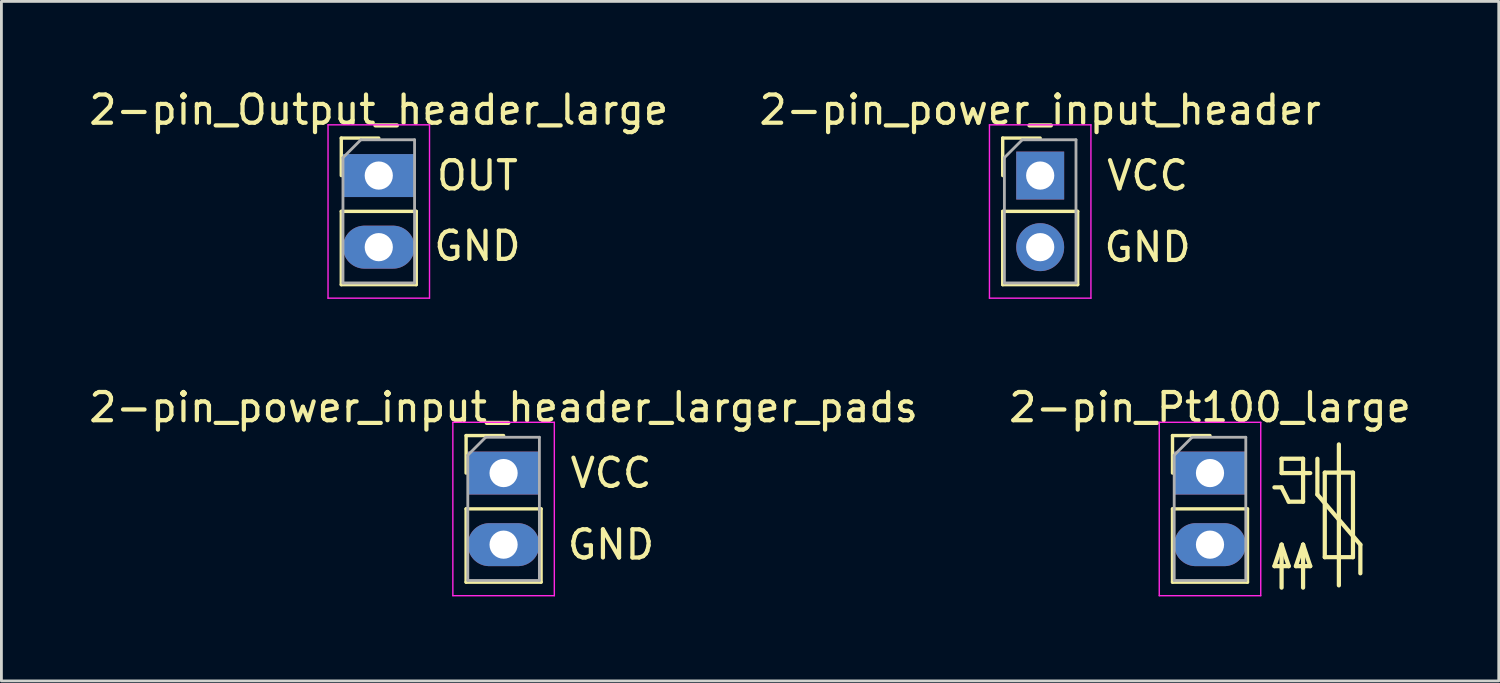
<source format=kicad_pcb>
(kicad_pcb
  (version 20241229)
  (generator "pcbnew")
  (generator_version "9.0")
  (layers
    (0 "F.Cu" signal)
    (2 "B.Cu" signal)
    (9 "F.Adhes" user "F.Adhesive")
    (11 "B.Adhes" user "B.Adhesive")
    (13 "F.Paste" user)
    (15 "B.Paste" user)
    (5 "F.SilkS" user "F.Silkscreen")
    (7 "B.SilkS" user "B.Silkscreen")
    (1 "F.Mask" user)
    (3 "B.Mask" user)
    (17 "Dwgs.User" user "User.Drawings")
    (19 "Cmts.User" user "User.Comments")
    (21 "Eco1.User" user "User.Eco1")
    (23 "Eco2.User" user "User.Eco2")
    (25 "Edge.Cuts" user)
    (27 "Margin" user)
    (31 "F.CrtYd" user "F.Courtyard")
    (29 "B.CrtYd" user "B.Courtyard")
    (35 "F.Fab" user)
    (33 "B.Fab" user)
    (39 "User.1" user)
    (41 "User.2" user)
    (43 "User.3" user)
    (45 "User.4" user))
  (footprint "2-pin_Output_header_large"
    (layer "F.Cu")
    (at 10.387 3.178)
    (property "Reference" "2-pin_Output_header_large" (at 0 -2.33 0) (layer "F.SilkS") (effects (font (size 1 1) (thickness 0.15))))
    (attr through_hole)
    (fp_line (start -1.33 -1.33) (end 0 -1.33) (stroke (width 0.12) (type solid)) (layer "F.SilkS"))
    (fp_line (start -1.33 0) (end -1.33 -1.33) (stroke (width 0.12) (type solid)) (layer "F.SilkS"))
    (fp_line (start -1.33 1.27) (end -1.33 3.87) (stroke (width 0.12) (type solid)) (layer "F.SilkS"))
    (fp_line (start -1.33 1.27) (end 1.33 1.27) (stroke (width 0.12) (type solid)) (layer "F.SilkS"))
    (fp_line (start -1.33 3.87) (end 1.33 3.87) (stroke (width 0.12) (type solid)) (layer "F.SilkS"))
    (fp_line (start 1.33 1.27) (end 1.33 3.87) (stroke (width 0.12) (type solid)) (layer "F.SilkS"))
    (fp_line (start -1.8 -1.8) (end -1.8 4.35) (stroke (width 0.05) (type solid)) (layer "F.CrtYd"))
    (fp_line (start -1.8 4.35) (end 1.8 4.35) (stroke (width 0.05) (type solid)) (layer "F.CrtYd"))
    (fp_line (start 1.8 -1.8) (end -1.8 -1.8) (stroke (width 0.05) (type solid)) (layer "F.CrtYd"))
    (fp_line (start 1.8 4.35) (end 1.8 -1.8) (stroke (width 0.05) (type solid)) (layer "F.CrtYd"))
    (fp_line (start -1.27 -0.635) (end -0.635 -1.27) (stroke (width 0.1) (type solid)) (layer "F.Fab"))
    (fp_line (start -1.27 3.81) (end -1.27 -0.635) (stroke (width 0.1) (type solid)) (layer "F.Fab"))
    (fp_line (start -0.635 -1.27) (end 1.27 -1.27) (stroke (width 0.1) (type solid)) (layer "F.Fab"))
    (fp_line (start 1.27 -1.27) (end 1.27 3.81) (stroke (width 0.1) (type solid)) (layer "F.Fab"))
    (fp_line (start 1.27 3.81) (end -1.27 3.81) (stroke (width 0.1) (type solid)) (layer "F.Fab"))
    (fp_text user "GND" (at 3.5 2.5 0) (layer "F.SilkS") (effects (font (size 1 1) (thickness 0.15))))
    (fp_text user "OUT" (at 3.5 0 0) (layer "F.SilkS") (effects (font (size 1 1) (thickness 0.15))))
    (pad "1" thru_hole rect (at 0 0) (size 2.54 1.524) (drill 1) (layers "*.Cu" "*.Mask"))
    (pad "2" thru_hole oval (at 0 2.54) (size 2.54 1.524) (drill 1) (layers "*.Cu" "*.Mask")))
  (footprint "2-pin_Pt100_large"
    (layer "F.Cu")
    (at 39.875 13.732)
    (property "Reference" "2-pin_Pt100_large" (at 0 -2.33 0) (layer "F.SilkS") (effects (font (size 1 1) (thickness 0.15))))
    (attr through_hole)
    (fp_line (start -1.33 -1.33) (end 0 -1.33) (stroke (width 0.12) (type solid)) (layer "F.SilkS"))
    (fp_line (start -1.33 0) (end -1.33 -1.33) (stroke (width 0.12) (type solid)) (layer "F.SilkS"))
    (fp_line (start -1.33 1.27) (end -1.33 3.87) (stroke (width 0.12) (type solid)) (layer "F.SilkS"))
    (fp_line (start -1.33 1.27) (end 1.33 1.27) (stroke (width 0.12) (type solid)) (layer "F.SilkS"))
    (fp_line (start -1.33 3.87) (end 1.33 3.87) (stroke (width 0.12) (type solid)) (layer "F.SilkS"))
    (fp_line (start 1.33 1.27) (end 1.33 3.87) (stroke (width 0.12) (type solid)) (layer "F.SilkS"))
    (fp_line (start 2.286 0.508) (end 2.54 0.508) (stroke (width 0.15) (type solid)) (layer "F.SilkS"))
    (fp_line (start 2.286 3.302) (end 2.794 3.302) (stroke (width 0.15) (type solid)) (layer "F.SilkS"))
    (fp_line (start 2.54 -0.508) (end 2.54 0) (stroke (width 0.15) (type solid)) (layer "F.SilkS"))
    (fp_line (start 2.54 0) (end 3.556 0) (stroke (width 0.15) (type solid)) (layer "F.SilkS"))
    (fp_line (start 2.54 0.508) (end 2.794 1.016) (stroke (width 0.15) (type solid)) (layer "F.SilkS"))
    (fp_line (start 2.54 2.54) (end 2.286 3.302) (stroke (width 0.15) (type solid)) (layer "F.SilkS"))
    (fp_line (start 2.54 4.064) (end 2.54 2.54) (stroke (width 0.15) (type solid)) (layer "F.SilkS"))
    (fp_line (start 2.794 1.016) (end 3.302 1.016) (stroke (width 0.15) (type solid)) (layer "F.SilkS"))
    (fp_line (start 2.794 3.302) (end 2.54 2.54) (stroke (width 0.15) (type solid)) (layer "F.SilkS"))
    (fp_line (start 3.048 3.302) (end 3.556 3.302) (stroke (width 0.15) (type solid)) (layer "F.SilkS"))
    (fp_line (start 3.302 -0.508) (end 2.54 -0.508) (stroke (width 0.15) (type solid)) (layer "F.SilkS"))
    (fp_line (start 3.302 1.016) (end 3.302 -0.508) (stroke (width 0.15) (type solid)) (layer "F.SilkS"))
    (fp_line (start 3.302 2.54) (end 3.048 3.302) (stroke (width 0.15) (type solid)) (layer "F.SilkS"))
    (fp_line (start 3.302 4.064) (end 3.302 2.54) (stroke (width 0.15) (type solid)) (layer "F.SilkS"))
    (fp_line (start 3.556 3.302) (end 3.302 2.54) (stroke (width 0.15) (type solid)) (layer "F.SilkS"))
    (fp_line (start 3.81 0.762) (end 3.81 -0.508) (stroke (width 0.15) (type solid)) (layer "F.SilkS"))
    (fp_line (start 4.072 -0.016) (end 4.072 2.984) (stroke (width 0.15) (type solid)) (layer "F.SilkS"))
    (fp_line (start 4.072 2.984) (end 5.072 2.984) (stroke (width 0.15) (type solid)) (layer "F.SilkS"))
    (fp_line (start 4.572 -1.016) (end 4.572 3.984) (stroke (width 0.15) (type solid)) (layer "F.SilkS"))
    (fp_line (start 5.072 -0.016) (end 4.072 -0.016) (stroke (width 0.15) (type solid)) (layer "F.SilkS"))
    (fp_line (start 5.072 2.984) (end 5.072 -0.016) (stroke (width 0.15) (type solid)) (layer "F.SilkS"))
    (fp_line (start 5.334 2.54) (end 3.81 0.762) (stroke (width 0.15) (type solid)) (layer "F.SilkS"))
    (fp_line (start 5.334 3.556) (end 5.334 2.54) (stroke (width 0.15) (type solid)) (layer "F.SilkS"))
    (fp_line (start -1.8 -1.8) (end -1.8 4.35) (stroke (width 0.05) (type solid)) (layer "F.CrtYd"))
    (fp_line (start -1.8 4.35) (end 1.8 4.35) (stroke (width 0.05) (type solid)) (layer "F.CrtYd"))
    (fp_line (start 1.8 -1.8) (end -1.8 -1.8) (stroke (width 0.05) (type solid)) (layer "F.CrtYd"))
    (fp_line (start 1.8 4.35) (end 1.8 -1.8) (stroke (width 0.05) (type solid)) (layer "F.CrtYd"))
    (fp_line (start -1.27 -0.635) (end -0.635 -1.27) (stroke (width 0.1) (type solid)) (layer "F.Fab"))
    (fp_line (start -1.27 3.81) (end -1.27 -0.635) (stroke (width 0.1) (type solid)) (layer "F.Fab"))
    (fp_line (start -0.635 -1.27) (end 1.27 -1.27) (stroke (width 0.1) (type solid)) (layer "F.Fab"))
    (fp_line (start 1.27 -1.27) (end 1.27 3.81) (stroke (width 0.1) (type solid)) (layer "F.Fab"))
    (fp_line (start 1.27 3.81) (end -1.27 3.81) (stroke (width 0.1) (type solid)) (layer "F.Fab"))
    (pad "1" thru_hole rect (at 0 0) (size 2.54 1.524) (drill 1) (layers "*.Cu" "*.Mask"))
    (pad "2" thru_hole oval (at 0 2.54) (size 2.54 1.524) (drill 1) (layers "*.Cu" "*.Mask")))
  (footprint "2-pin_power_input_header_larger_pads"
    (layer "F.Cu")
    (at 14.815 13.732)
    (property "Reference" "2-pin_power_input_header_larger_pads" (at 0 -2.33 0) (layer "F.SilkS") (effects (font (size 1 1) (thickness 0.15))))
    (attr through_hole)
    (fp_line (start -1.33 -1.33) (end 0 -1.33) (stroke (width 0.12) (type solid)) (layer "F.SilkS"))
    (fp_line (start -1.33 0) (end -1.33 -1.33) (stroke (width 0.12) (type solid)) (layer "F.SilkS"))
    (fp_line (start -1.33 1.27) (end -1.33 3.87) (stroke (width 0.12) (type solid)) (layer "F.SilkS"))
    (fp_line (start -1.33 1.27) (end 1.33 1.27) (stroke (width 0.12) (type solid)) (layer "F.SilkS"))
    (fp_line (start -1.33 3.87) (end 1.33 3.87) (stroke (width 0.12) (type solid)) (layer "F.SilkS"))
    (fp_line (start 1.33 1.27) (end 1.33 3.87) (stroke (width 0.12) (type solid)) (layer "F.SilkS"))
    (fp_line (start -1.8 -1.8) (end -1.8 4.35) (stroke (width 0.05) (type solid)) (layer "F.CrtYd"))
    (fp_line (start -1.8 4.35) (end 1.8 4.35) (stroke (width 0.05) (type solid)) (layer "F.CrtYd"))
    (fp_line (start 1.8 -1.8) (end -1.8 -1.8) (stroke (width 0.05) (type solid)) (layer "F.CrtYd"))
    (fp_line (start 1.8 4.35) (end 1.8 -1.8) (stroke (width 0.05) (type solid)) (layer "F.CrtYd"))
    (fp_line (start -1.27 -0.635) (end -0.635 -1.27) (stroke (width 0.1) (type solid)) (layer "F.Fab"))
    (fp_line (start -1.27 3.81) (end -1.27 -0.635) (stroke (width 0.1) (type solid)) (layer "F.Fab"))
    (fp_line (start -0.635 -1.27) (end 1.27 -1.27) (stroke (width 0.1) (type solid)) (layer "F.Fab"))
    (fp_line (start 1.27 -1.27) (end 1.27 3.81) (stroke (width 0.1) (type solid)) (layer "F.Fab"))
    (fp_line (start 1.27 3.81) (end -1.27 3.81) (stroke (width 0.1) (type solid)) (layer "F.Fab"))
    (fp_text user "VCC" (at 3.81 0 0) (layer "F.SilkS") (effects (font (size 1 1) (thickness 0.15))))
    (fp_text user "GND" (at 3.81 2.54 0) (layer "F.SilkS") (effects (font (size 1 1) (thickness 0.15))))
    (pad "1" thru_hole rect (at 0 0) (size 2.54 1.524) (drill 1) (layers "*.Cu" "*.Mask"))
    (pad "2" thru_hole oval (at 0 2.54) (size 2.54 1.524) (drill 1) (layers "*.Cu" "*.Mask")))
  (footprint "2-pin_power_input_header"
    (layer "F.Cu")
    (at 33.851 3.178)
    (property "Reference" "2-pin_power_input_header" (at 0 -2.33 0) (layer "F.SilkS") (effects (font (size 1 1) (thickness 0.15))))
    (attr through_hole)
    (fp_line (start -1.33 -1.33) (end 0 -1.33) (stroke (width 0.12) (type solid)) (layer "F.SilkS"))
    (fp_line (start -1.33 0) (end -1.33 -1.33) (stroke (width 0.12) (type solid)) (layer "F.SilkS"))
    (fp_line (start -1.33 1.27) (end -1.33 3.87) (stroke (width 0.12) (type solid)) (layer "F.SilkS"))
    (fp_line (start -1.33 1.27) (end 1.33 1.27) (stroke (width 0.12) (type solid)) (layer "F.SilkS"))
    (fp_line (start -1.33 3.87) (end 1.33 3.87) (stroke (width 0.12) (type solid)) (layer "F.SilkS"))
    (fp_line (start 1.33 1.27) (end 1.33 3.87) (stroke (width 0.12) (type solid)) (layer "F.SilkS"))
    (fp_line (start -1.8 -1.8) (end -1.8 4.35) (stroke (width 0.05) (type solid)) (layer "F.CrtYd"))
    (fp_line (start -1.8 4.35) (end 1.8 4.35) (stroke (width 0.05) (type solid)) (layer "F.CrtYd"))
    (fp_line (start 1.8 -1.8) (end -1.8 -1.8) (stroke (width 0.05) (type solid)) (layer "F.CrtYd"))
    (fp_line (start 1.8 4.35) (end 1.8 -1.8) (stroke (width 0.05) (type solid)) (layer "F.CrtYd"))
    (fp_line (start -1.27 -0.635) (end -0.635 -1.27) (stroke (width 0.1) (type solid)) (layer "F.Fab"))
    (fp_line (start -1.27 3.81) (end -1.27 -0.635) (stroke (width 0.1) (type solid)) (layer "F.Fab"))
    (fp_line (start -0.635 -1.27) (end 1.27 -1.27) (stroke (width 0.1) (type solid)) (layer "F.Fab"))
    (fp_line (start 1.27 -1.27) (end 1.27 3.81) (stroke (width 0.1) (type solid)) (layer "F.Fab"))
    (fp_line (start 1.27 3.81) (end -1.27 3.81) (stroke (width 0.1) (type solid)) (layer "F.Fab"))
    (fp_text user "GND" (at 3.81 2.54 0) (layer "F.SilkS") (effects (font (size 1 1) (thickness 0.15))))
    (fp_text user "VCC" (at 3.81 0 0) (layer "F.SilkS") (effects (font (size 1 1) (thickness 0.15))))
    (pad "1" thru_hole rect (at 0 0) (size 1.7 1.7) (drill 1) (layers "*.Cu" "*.Mask"))
    (pad "2" thru_hole oval (at 0 2.54) (size 1.7 1.7) (drill 1) (layers "*.Cu" "*.Mask")))
  (gr_rect
    (start -3 -3)
    (end 50.119 21.107)
    (stroke (width 0.1) (type default))
    (fill no)
    (layer "Edge.Cuts")))
</source>
